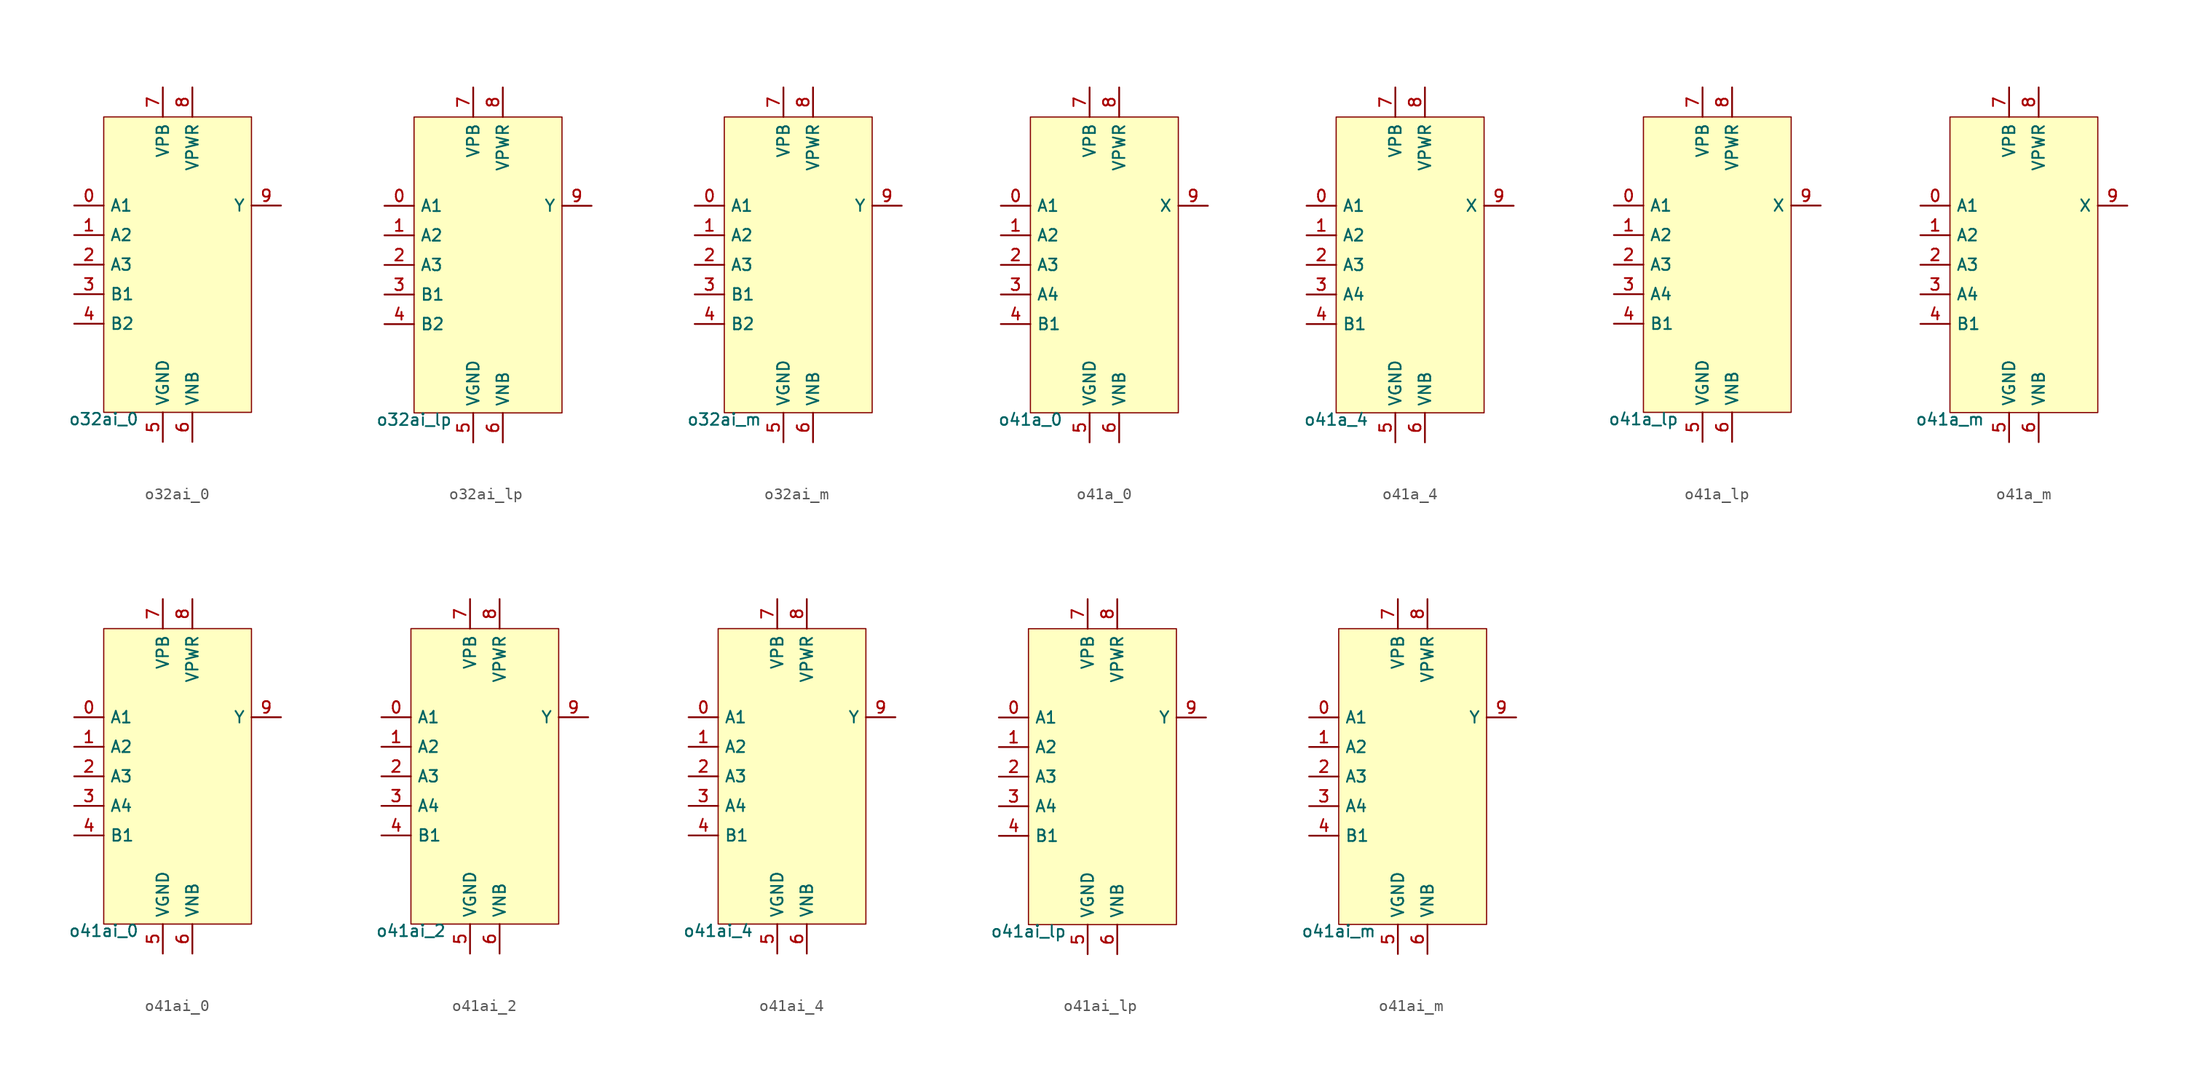
<source format=kicad_sym>
(kicad_symbol_lib
  (version 20211014)
  (generator pdk2kicad)
  (symbol "o32ai_0"
    (property "Reference" "X"
      (at 0 0 0)
      (effects (font (size 1 1)) hide))
    (property "Value" "o32ai_0"
      (at -6.35 -12.7 0)
      (effects (font (size 1 1)) (justify top)))
    (rectangle
      (start -6.35 -12.7)
      (end 6.35 12.7)
      (stroke (width 0.1) (type solid) (color 0 0 0 0))
      (fill (type background)))
    (pin input line
      (at -8.89 5.08 0)
      (length 2.54)
      (name "A1" (effects (font (size 1 1)) hide))
      (number "0" (effects (font (size 1 1)) hide)))
    (pin input line
      (at -8.89 2.54 0)
      (length 2.54)
      (name "A2" (effects (font (size 1 1)) hide))
      (number "1" (effects (font (size 1 1)) hide)))
    (pin input line
      (at -8.89 -8.881784197001252e-16 0)
      (length 2.54)
      (name "A3" (effects (font (size 1 1)) hide))
      (number "2" (effects (font (size 1 1)) hide)))
    (pin input line
      (at -8.89 -2.54 0)
      (length 2.54)
      (name "B1" (effects (font (size 1 1)) hide))
      (number "3" (effects (font (size 1 1)) hide)))
    (pin input line
      (at -8.89 -5.08 0)
      (length 2.54)
      (name "B2" (effects (font (size 1 1)) hide))
      (number "4" (effects (font (size 1 1)) hide)))
    (pin power_in line
      (at -1.27 -15.24 90)
      (length 2.54)
      (name "VGND" (effects (font (size 1 1)) hide))
      (number "5" (effects (font (size 1 1)) hide)))
    (pin power_in line
      (at 1.27 -15.24 90)
      (length 2.54)
      (name "VNB" (effects (font (size 1 1)) hide))
      (number "6" (effects (font (size 1 1)) hide)))
    (pin power_in line
      (at -1.27 15.24 270)
      (length 2.54)
      (name "VPB" (effects (font (size 1 1)) hide))
      (number "7" (effects (font (size 1 1)) hide)))
    (pin power_in line
      (at 1.27 15.24 270)
      (length 2.54)
      (name "VPWR" (effects (font (size 1 1)) hide))
      (number "8" (effects (font (size 1 1)) hide)))
    (pin output line
      (at 8.89 5.08 180)
      (length 2.54)
      (name "Y" (effects (font (size 1 1)) hide))
      (number "9" (effects (font (size 1 1)) hide))))
  (symbol "o32ai_lp"
    (property "Reference" "X"
      (at 0 0 0)
      (effects (font (size 1 1)) hide))
    (property "Value" "o32ai_lp"
      (at -6.35 -12.7 0)
      (effects (font (size 1 1)) (justify top)))
    (rectangle
      (start -6.35 -12.7)
      (end 6.35 12.7)
      (stroke (width 0.1) (type solid) (color 0 0 0 0))
      (fill (type background)))
    (pin input line
      (at -8.89 5.08 0)
      (length 2.54)
      (name "A1" (effects (font (size 1 1)) hide))
      (number "0" (effects (font (size 1 1)) hide)))
    (pin input line
      (at -8.89 2.54 0)
      (length 2.54)
      (name "A2" (effects (font (size 1 1)) hide))
      (number "1" (effects (font (size 1 1)) hide)))
    (pin input line
      (at -8.89 -8.881784197001252e-16 0)
      (length 2.54)
      (name "A3" (effects (font (size 1 1)) hide))
      (number "2" (effects (font (size 1 1)) hide)))
    (pin input line
      (at -8.89 -2.54 0)
      (length 2.54)
      (name "B1" (effects (font (size 1 1)) hide))
      (number "3" (effects (font (size 1 1)) hide)))
    (pin input line
      (at -8.89 -5.08 0)
      (length 2.54)
      (name "B2" (effects (font (size 1 1)) hide))
      (number "4" (effects (font (size 1 1)) hide)))
    (pin power_in line
      (at -1.27 -15.24 90)
      (length 2.54)
      (name "VGND" (effects (font (size 1 1)) hide))
      (number "5" (effects (font (size 1 1)) hide)))
    (pin power_in line
      (at 1.27 -15.24 90)
      (length 2.54)
      (name "VNB" (effects (font (size 1 1)) hide))
      (number "6" (effects (font (size 1 1)) hide)))
    (pin power_in line
      (at -1.27 15.24 270)
      (length 2.54)
      (name "VPB" (effects (font (size 1 1)) hide))
      (number "7" (effects (font (size 1 1)) hide)))
    (pin power_in line
      (at 1.27 15.24 270)
      (length 2.54)
      (name "VPWR" (effects (font (size 1 1)) hide))
      (number "8" (effects (font (size 1 1)) hide)))
    (pin output line
      (at 8.89 5.08 180)
      (length 2.54)
      (name "Y" (effects (font (size 1 1)) hide))
      (number "9" (effects (font (size 1 1)) hide))))
  (symbol "o32ai_m"
    (property "Reference" "X"
      (at 0 0 0)
      (effects (font (size 1 1)) hide))
    (property "Value" "o32ai_m"
      (at -6.35 -12.7 0)
      (effects (font (size 1 1)) (justify top)))
    (rectangle
      (start -6.35 -12.7)
      (end 6.35 12.7)
      (stroke (width 0.1) (type solid) (color 0 0 0 0))
      (fill (type background)))
    (pin input line
      (at -8.89 5.08 0)
      (length 2.54)
      (name "A1" (effects (font (size 1 1)) hide))
      (number "0" (effects (font (size 1 1)) hide)))
    (pin input line
      (at -8.89 2.54 0)
      (length 2.54)
      (name "A2" (effects (font (size 1 1)) hide))
      (number "1" (effects (font (size 1 1)) hide)))
    (pin input line
      (at -8.89 -8.881784197001252e-16 0)
      (length 2.54)
      (name "A3" (effects (font (size 1 1)) hide))
      (number "2" (effects (font (size 1 1)) hide)))
    (pin input line
      (at -8.89 -2.54 0)
      (length 2.54)
      (name "B1" (effects (font (size 1 1)) hide))
      (number "3" (effects (font (size 1 1)) hide)))
    (pin input line
      (at -8.89 -5.08 0)
      (length 2.54)
      (name "B2" (effects (font (size 1 1)) hide))
      (number "4" (effects (font (size 1 1)) hide)))
    (pin power_in line
      (at -1.27 -15.24 90)
      (length 2.54)
      (name "VGND" (effects (font (size 1 1)) hide))
      (number "5" (effects (font (size 1 1)) hide)))
    (pin power_in line
      (at 1.27 -15.24 90)
      (length 2.54)
      (name "VNB" (effects (font (size 1 1)) hide))
      (number "6" (effects (font (size 1 1)) hide)))
    (pin power_in line
      (at -1.27 15.24 270)
      (length 2.54)
      (name "VPB" (effects (font (size 1 1)) hide))
      (number "7" (effects (font (size 1 1)) hide)))
    (pin power_in line
      (at 1.27 15.24 270)
      (length 2.54)
      (name "VPWR" (effects (font (size 1 1)) hide))
      (number "8" (effects (font (size 1 1)) hide)))
    (pin output line
      (at 8.89 5.08 180)
      (length 2.54)
      (name "Y" (effects (font (size 1 1)) hide))
      (number "9" (effects (font (size 1 1)) hide))))
  (symbol "o41a_0"
    (property "Reference" "X"
      (at 0 0 0)
      (effects (font (size 1 1)) hide))
    (property "Value" "o41a_0"
      (at -6.35 -12.7 0)
      (effects (font (size 1 1)) (justify top)))
    (rectangle
      (start -6.35 -12.7)
      (end 6.35 12.7)
      (stroke (width 0.1) (type solid) (color 0 0 0 0))
      (fill (type background)))
    (pin input line
      (at -8.89 5.08 0)
      (length 2.54)
      (name "A1" (effects (font (size 1 1)) hide))
      (number "0" (effects (font (size 1 1)) hide)))
    (pin input line
      (at -8.89 2.54 0)
      (length 2.54)
      (name "A2" (effects (font (size 1 1)) hide))
      (number "1" (effects (font (size 1 1)) hide)))
    (pin input line
      (at -8.89 -8.881784197001252e-16 0)
      (length 2.54)
      (name "A3" (effects (font (size 1 1)) hide))
      (number "2" (effects (font (size 1 1)) hide)))
    (pin input line
      (at -8.89 -2.54 0)
      (length 2.54)
      (name "A4" (effects (font (size 1 1)) hide))
      (number "3" (effects (font (size 1 1)) hide)))
    (pin input line
      (at -8.89 -5.08 0)
      (length 2.54)
      (name "B1" (effects (font (size 1 1)) hide))
      (number "4" (effects (font (size 1 1)) hide)))
    (pin power_in line
      (at -1.27 -15.24 90)
      (length 2.54)
      (name "VGND" (effects (font (size 1 1)) hide))
      (number "5" (effects (font (size 1 1)) hide)))
    (pin power_in line
      (at 1.27 -15.24 90)
      (length 2.54)
      (name "VNB" (effects (font (size 1 1)) hide))
      (number "6" (effects (font (size 1 1)) hide)))
    (pin power_in line
      (at -1.27 15.24 270)
      (length 2.54)
      (name "VPB" (effects (font (size 1 1)) hide))
      (number "7" (effects (font (size 1 1)) hide)))
    (pin power_in line
      (at 1.27 15.24 270)
      (length 2.54)
      (name "VPWR" (effects (font (size 1 1)) hide))
      (number "8" (effects (font (size 1 1)) hide)))
    (pin output line
      (at 8.89 5.08 180)
      (length 2.54)
      (name "X" (effects (font (size 1 1)) hide))
      (number "9" (effects (font (size 1 1)) hide))))
  (symbol "o41a_4"
    (property "Reference" "X"
      (at 0 0 0)
      (effects (font (size 1 1)) hide))
    (property "Value" "o41a_4"
      (at -6.35 -12.7 0)
      (effects (font (size 1 1)) (justify top)))
    (rectangle
      (start -6.35 -12.7)
      (end 6.35 12.7)
      (stroke (width 0.1) (type solid) (color 0 0 0 0))
      (fill (type background)))
    (pin input line
      (at -8.89 5.08 0)
      (length 2.54)
      (name "A1" (effects (font (size 1 1)) hide))
      (number "0" (effects (font (size 1 1)) hide)))
    (pin input line
      (at -8.89 2.54 0)
      (length 2.54)
      (name "A2" (effects (font (size 1 1)) hide))
      (number "1" (effects (font (size 1 1)) hide)))
    (pin input line
      (at -8.89 -8.881784197001252e-16 0)
      (length 2.54)
      (name "A3" (effects (font (size 1 1)) hide))
      (number "2" (effects (font (size 1 1)) hide)))
    (pin input line
      (at -8.89 -2.54 0)
      (length 2.54)
      (name "A4" (effects (font (size 1 1)) hide))
      (number "3" (effects (font (size 1 1)) hide)))
    (pin input line
      (at -8.89 -5.08 0)
      (length 2.54)
      (name "B1" (effects (font (size 1 1)) hide))
      (number "4" (effects (font (size 1 1)) hide)))
    (pin power_in line
      (at -1.27 -15.24 90)
      (length 2.54)
      (name "VGND" (effects (font (size 1 1)) hide))
      (number "5" (effects (font (size 1 1)) hide)))
    (pin power_in line
      (at 1.27 -15.24 90)
      (length 2.54)
      (name "VNB" (effects (font (size 1 1)) hide))
      (number "6" (effects (font (size 1 1)) hide)))
    (pin power_in line
      (at -1.27 15.24 270)
      (length 2.54)
      (name "VPB" (effects (font (size 1 1)) hide))
      (number "7" (effects (font (size 1 1)) hide)))
    (pin power_in line
      (at 1.27 15.24 270)
      (length 2.54)
      (name "VPWR" (effects (font (size 1 1)) hide))
      (number "8" (effects (font (size 1 1)) hide)))
    (pin output line
      (at 8.89 5.08 180)
      (length 2.54)
      (name "X" (effects (font (size 1 1)) hide))
      (number "9" (effects (font (size 1 1)) hide))))
  (symbol "o41a_lp"
    (property "Reference" "X"
      (at 0 0 0)
      (effects (font (size 1 1)) hide))
    (property "Value" "o41a_lp"
      (at -6.35 -12.7 0)
      (effects (font (size 1 1)) (justify top)))
    (rectangle
      (start -6.35 -12.7)
      (end 6.35 12.7)
      (stroke (width 0.1) (type solid) (color 0 0 0 0))
      (fill (type background)))
    (pin input line
      (at -8.89 5.08 0)
      (length 2.54)
      (name "A1" (effects (font (size 1 1)) hide))
      (number "0" (effects (font (size 1 1)) hide)))
    (pin input line
      (at -8.89 2.54 0)
      (length 2.54)
      (name "A2" (effects (font (size 1 1)) hide))
      (number "1" (effects (font (size 1 1)) hide)))
    (pin input line
      (at -8.89 -8.881784197001252e-16 0)
      (length 2.54)
      (name "A3" (effects (font (size 1 1)) hide))
      (number "2" (effects (font (size 1 1)) hide)))
    (pin input line
      (at -8.89 -2.54 0)
      (length 2.54)
      (name "A4" (effects (font (size 1 1)) hide))
      (number "3" (effects (font (size 1 1)) hide)))
    (pin input line
      (at -8.89 -5.08 0)
      (length 2.54)
      (name "B1" (effects (font (size 1 1)) hide))
      (number "4" (effects (font (size 1 1)) hide)))
    (pin power_in line
      (at -1.27 -15.24 90)
      (length 2.54)
      (name "VGND" (effects (font (size 1 1)) hide))
      (number "5" (effects (font (size 1 1)) hide)))
    (pin power_in line
      (at 1.27 -15.24 90)
      (length 2.54)
      (name "VNB" (effects (font (size 1 1)) hide))
      (number "6" (effects (font (size 1 1)) hide)))
    (pin power_in line
      (at -1.27 15.24 270)
      (length 2.54)
      (name "VPB" (effects (font (size 1 1)) hide))
      (number "7" (effects (font (size 1 1)) hide)))
    (pin power_in line
      (at 1.27 15.24 270)
      (length 2.54)
      (name "VPWR" (effects (font (size 1 1)) hide))
      (number "8" (effects (font (size 1 1)) hide)))
    (pin output line
      (at 8.89 5.08 180)
      (length 2.54)
      (name "X" (effects (font (size 1 1)) hide))
      (number "9" (effects (font (size 1 1)) hide))))
  (symbol "o41a_m"
    (property "Reference" "X"
      (at 0 0 0)
      (effects (font (size 1 1)) hide))
    (property "Value" "o41a_m"
      (at -6.35 -12.7 0)
      (effects (font (size 1 1)) (justify top)))
    (rectangle
      (start -6.35 -12.7)
      (end 6.35 12.7)
      (stroke (width 0.1) (type solid) (color 0 0 0 0))
      (fill (type background)))
    (pin input line
      (at -8.89 5.08 0)
      (length 2.54)
      (name "A1" (effects (font (size 1 1)) hide))
      (number "0" (effects (font (size 1 1)) hide)))
    (pin input line
      (at -8.89 2.54 0)
      (length 2.54)
      (name "A2" (effects (font (size 1 1)) hide))
      (number "1" (effects (font (size 1 1)) hide)))
    (pin input line
      (at -8.89 -8.881784197001252e-16 0)
      (length 2.54)
      (name "A3" (effects (font (size 1 1)) hide))
      (number "2" (effects (font (size 1 1)) hide)))
    (pin input line
      (at -8.89 -2.54 0)
      (length 2.54)
      (name "A4" (effects (font (size 1 1)) hide))
      (number "3" (effects (font (size 1 1)) hide)))
    (pin input line
      (at -8.89 -5.08 0)
      (length 2.54)
      (name "B1" (effects (font (size 1 1)) hide))
      (number "4" (effects (font (size 1 1)) hide)))
    (pin power_in line
      (at -1.27 -15.24 90)
      (length 2.54)
      (name "VGND" (effects (font (size 1 1)) hide))
      (number "5" (effects (font (size 1 1)) hide)))
    (pin power_in line
      (at 1.27 -15.24 90)
      (length 2.54)
      (name "VNB" (effects (font (size 1 1)) hide))
      (number "6" (effects (font (size 1 1)) hide)))
    (pin power_in line
      (at -1.27 15.24 270)
      (length 2.54)
      (name "VPB" (effects (font (size 1 1)) hide))
      (number "7" (effects (font (size 1 1)) hide)))
    (pin power_in line
      (at 1.27 15.24 270)
      (length 2.54)
      (name "VPWR" (effects (font (size 1 1)) hide))
      (number "8" (effects (font (size 1 1)) hide)))
    (pin output line
      (at 8.89 5.08 180)
      (length 2.54)
      (name "X" (effects (font (size 1 1)) hide))
      (number "9" (effects (font (size 1 1)) hide))))
  (symbol "o41ai_0"
    (property "Reference" "X"
      (at 0 0 0)
      (effects (font (size 1 1)) hide))
    (property "Value" "o41ai_0"
      (at -6.35 -12.7 0)
      (effects (font (size 1 1)) (justify top)))
    (rectangle
      (start -6.35 -12.7)
      (end 6.35 12.7)
      (stroke (width 0.1) (type solid) (color 0 0 0 0))
      (fill (type background)))
    (pin input line
      (at -8.89 5.08 0)
      (length 2.54)
      (name "A1" (effects (font (size 1 1)) hide))
      (number "0" (effects (font (size 1 1)) hide)))
    (pin input line
      (at -8.89 2.54 0)
      (length 2.54)
      (name "A2" (effects (font (size 1 1)) hide))
      (number "1" (effects (font (size 1 1)) hide)))
    (pin input line
      (at -8.89 -8.881784197001252e-16 0)
      (length 2.54)
      (name "A3" (effects (font (size 1 1)) hide))
      (number "2" (effects (font (size 1 1)) hide)))
    (pin input line
      (at -8.89 -2.54 0)
      (length 2.54)
      (name "A4" (effects (font (size 1 1)) hide))
      (number "3" (effects (font (size 1 1)) hide)))
    (pin input line
      (at -8.89 -5.08 0)
      (length 2.54)
      (name "B1" (effects (font (size 1 1)) hide))
      (number "4" (effects (font (size 1 1)) hide)))
    (pin power_in line
      (at -1.27 -15.24 90)
      (length 2.54)
      (name "VGND" (effects (font (size 1 1)) hide))
      (number "5" (effects (font (size 1 1)) hide)))
    (pin power_in line
      (at 1.27 -15.24 90)
      (length 2.54)
      (name "VNB" (effects (font (size 1 1)) hide))
      (number "6" (effects (font (size 1 1)) hide)))
    (pin power_in line
      (at -1.27 15.24 270)
      (length 2.54)
      (name "VPB" (effects (font (size 1 1)) hide))
      (number "7" (effects (font (size 1 1)) hide)))
    (pin power_in line
      (at 1.27 15.24 270)
      (length 2.54)
      (name "VPWR" (effects (font (size 1 1)) hide))
      (number "8" (effects (font (size 1 1)) hide)))
    (pin output line
      (at 8.89 5.08 180)
      (length 2.54)
      (name "Y" (effects (font (size 1 1)) hide))
      (number "9" (effects (font (size 1 1)) hide))))
  (symbol "o41ai_2"
    (property "Reference" "X"
      (at 0 0 0)
      (effects (font (size 1 1)) hide))
    (property "Value" "o41ai_2"
      (at -6.35 -12.7 0)
      (effects (font (size 1 1)) (justify top)))
    (rectangle
      (start -6.35 -12.7)
      (end 6.35 12.7)
      (stroke (width 0.1) (type solid) (color 0 0 0 0))
      (fill (type background)))
    (pin input line
      (at -8.89 5.08 0)
      (length 2.54)
      (name "A1" (effects (font (size 1 1)) hide))
      (number "0" (effects (font (size 1 1)) hide)))
    (pin input line
      (at -8.89 2.54 0)
      (length 2.54)
      (name "A2" (effects (font (size 1 1)) hide))
      (number "1" (effects (font (size 1 1)) hide)))
    (pin input line
      (at -8.89 -8.881784197001252e-16 0)
      (length 2.54)
      (name "A3" (effects (font (size 1 1)) hide))
      (number "2" (effects (font (size 1 1)) hide)))
    (pin input line
      (at -8.89 -2.54 0)
      (length 2.54)
      (name "A4" (effects (font (size 1 1)) hide))
      (number "3" (effects (font (size 1 1)) hide)))
    (pin input line
      (at -8.89 -5.08 0)
      (length 2.54)
      (name "B1" (effects (font (size 1 1)) hide))
      (number "4" (effects (font (size 1 1)) hide)))
    (pin power_in line
      (at -1.27 -15.24 90)
      (length 2.54)
      (name "VGND" (effects (font (size 1 1)) hide))
      (number "5" (effects (font (size 1 1)) hide)))
    (pin power_in line
      (at 1.27 -15.24 90)
      (length 2.54)
      (name "VNB" (effects (font (size 1 1)) hide))
      (number "6" (effects (font (size 1 1)) hide)))
    (pin power_in line
      (at -1.27 15.24 270)
      (length 2.54)
      (name "VPB" (effects (font (size 1 1)) hide))
      (number "7" (effects (font (size 1 1)) hide)))
    (pin power_in line
      (at 1.27 15.24 270)
      (length 2.54)
      (name "VPWR" (effects (font (size 1 1)) hide))
      (number "8" (effects (font (size 1 1)) hide)))
    (pin output line
      (at 8.89 5.08 180)
      (length 2.54)
      (name "Y" (effects (font (size 1 1)) hide))
      (number "9" (effects (font (size 1 1)) hide))))
  (symbol "o41ai_4"
    (property "Reference" "X"
      (at 0 0 0)
      (effects (font (size 1 1)) hide))
    (property "Value" "o41ai_4"
      (at -6.35 -12.7 0)
      (effects (font (size 1 1)) (justify top)))
    (rectangle
      (start -6.35 -12.7)
      (end 6.35 12.7)
      (stroke (width 0.1) (type solid) (color 0 0 0 0))
      (fill (type background)))
    (pin input line
      (at -8.89 5.08 0)
      (length 2.54)
      (name "A1" (effects (font (size 1 1)) hide))
      (number "0" (effects (font (size 1 1)) hide)))
    (pin input line
      (at -8.89 2.54 0)
      (length 2.54)
      (name "A2" (effects (font (size 1 1)) hide))
      (number "1" (effects (font (size 1 1)) hide)))
    (pin input line
      (at -8.89 -8.881784197001252e-16 0)
      (length 2.54)
      (name "A3" (effects (font (size 1 1)) hide))
      (number "2" (effects (font (size 1 1)) hide)))
    (pin input line
      (at -8.89 -2.54 0)
      (length 2.54)
      (name "A4" (effects (font (size 1 1)) hide))
      (number "3" (effects (font (size 1 1)) hide)))
    (pin input line
      (at -8.89 -5.08 0)
      (length 2.54)
      (name "B1" (effects (font (size 1 1)) hide))
      (number "4" (effects (font (size 1 1)) hide)))
    (pin power_in line
      (at -1.27 -15.24 90)
      (length 2.54)
      (name "VGND" (effects (font (size 1 1)) hide))
      (number "5" (effects (font (size 1 1)) hide)))
    (pin power_in line
      (at 1.27 -15.24 90)
      (length 2.54)
      (name "VNB" (effects (font (size 1 1)) hide))
      (number "6" (effects (font (size 1 1)) hide)))
    (pin power_in line
      (at -1.27 15.24 270)
      (length 2.54)
      (name "VPB" (effects (font (size 1 1)) hide))
      (number "7" (effects (font (size 1 1)) hide)))
    (pin power_in line
      (at 1.27 15.24 270)
      (length 2.54)
      (name "VPWR" (effects (font (size 1 1)) hide))
      (number "8" (effects (font (size 1 1)) hide)))
    (pin output line
      (at 8.89 5.08 180)
      (length 2.54)
      (name "Y" (effects (font (size 1 1)) hide))
      (number "9" (effects (font (size 1 1)) hide))))
  (symbol "o41ai_lp"
    (property "Reference" "X"
      (at 0 0 0)
      (effects (font (size 1 1)) hide))
    (property "Value" "o41ai_lp"
      (at -6.35 -12.7 0)
      (effects (font (size 1 1)) (justify top)))
    (rectangle
      (start -6.35 -12.7)
      (end 6.35 12.7)
      (stroke (width 0.1) (type solid) (color 0 0 0 0))
      (fill (type background)))
    (pin input line
      (at -8.89 5.08 0)
      (length 2.54)
      (name "A1" (effects (font (size 1 1)) hide))
      (number "0" (effects (font (size 1 1)) hide)))
    (pin input line
      (at -8.89 2.54 0)
      (length 2.54)
      (name "A2" (effects (font (size 1 1)) hide))
      (number "1" (effects (font (size 1 1)) hide)))
    (pin input line
      (at -8.89 -8.881784197001252e-16 0)
      (length 2.54)
      (name "A3" (effects (font (size 1 1)) hide))
      (number "2" (effects (font (size 1 1)) hide)))
    (pin input line
      (at -8.89 -2.54 0)
      (length 2.54)
      (name "A4" (effects (font (size 1 1)) hide))
      (number "3" (effects (font (size 1 1)) hide)))
    (pin input line
      (at -8.89 -5.08 0)
      (length 2.54)
      (name "B1" (effects (font (size 1 1)) hide))
      (number "4" (effects (font (size 1 1)) hide)))
    (pin power_in line
      (at -1.27 -15.24 90)
      (length 2.54)
      (name "VGND" (effects (font (size 1 1)) hide))
      (number "5" (effects (font (size 1 1)) hide)))
    (pin power_in line
      (at 1.27 -15.24 90)
      (length 2.54)
      (name "VNB" (effects (font (size 1 1)) hide))
      (number "6" (effects (font (size 1 1)) hide)))
    (pin power_in line
      (at -1.27 15.24 270)
      (length 2.54)
      (name "VPB" (effects (font (size 1 1)) hide))
      (number "7" (effects (font (size 1 1)) hide)))
    (pin power_in line
      (at 1.27 15.24 270)
      (length 2.54)
      (name "VPWR" (effects (font (size 1 1)) hide))
      (number "8" (effects (font (size 1 1)) hide)))
    (pin output line
      (at 8.89 5.08 180)
      (length 2.54)
      (name "Y" (effects (font (size 1 1)) hide))
      (number "9" (effects (font (size 1 1)) hide))))
  (symbol "o41ai_m"
    (property "Reference" "X"
      (at 0 0 0)
      (effects (font (size 1 1)) hide))
    (property "Value" "o41ai_m"
      (at -6.35 -12.7 0)
      (effects (font (size 1 1)) (justify top)))
    (rectangle
      (start -6.35 -12.7)
      (end 6.35 12.7)
      (stroke (width 0.1) (type solid) (color 0 0 0 0))
      (fill (type background)))
    (pin input line
      (at -8.89 5.08 0)
      (length 2.54)
      (name "A1" (effects (font (size 1 1)) hide))
      (number "0" (effects (font (size 1 1)) hide)))
    (pin input line
      (at -8.89 2.54 0)
      (length 2.54)
      (name "A2" (effects (font (size 1 1)) hide))
      (number "1" (effects (font (size 1 1)) hide)))
    (pin input line
      (at -8.89 -8.881784197001252e-16 0)
      (length 2.54)
      (name "A3" (effects (font (size 1 1)) hide))
      (number "2" (effects (font (size 1 1)) hide)))
    (pin input line
      (at -8.89 -2.54 0)
      (length 2.54)
      (name "A4" (effects (font (size 1 1)) hide))
      (number "3" (effects (font (size 1 1)) hide)))
    (pin input line
      (at -8.89 -5.08 0)
      (length 2.54)
      (name "B1" (effects (font (size 1 1)) hide))
      (number "4" (effects (font (size 1 1)) hide)))
    (pin power_in line
      (at -1.27 -15.24 90)
      (length 2.54)
      (name "VGND" (effects (font (size 1 1)) hide))
      (number "5" (effects (font (size 1 1)) hide)))
    (pin power_in line
      (at 1.27 -15.24 90)
      (length 2.54)
      (name "VNB" (effects (font (size 1 1)) hide))
      (number "6" (effects (font (size 1 1)) hide)))
    (pin power_in line
      (at -1.27 15.24 270)
      (length 2.54)
      (name "VPB" (effects (font (size 1 1)) hide))
      (number "7" (effects (font (size 1 1)) hide)))
    (pin power_in line
      (at 1.27 15.24 270)
      (length 2.54)
      (name "VPWR" (effects (font (size 1 1)) hide))
      (number "8" (effects (font (size 1 1)) hide)))
    (pin output line
      (at 8.89 5.08 180)
      (length 2.54)
      (name "Y" (effects (font (size 1 1)) hide))
      (number "9" (effects (font (size 1 1)) hide)))))
</source>
